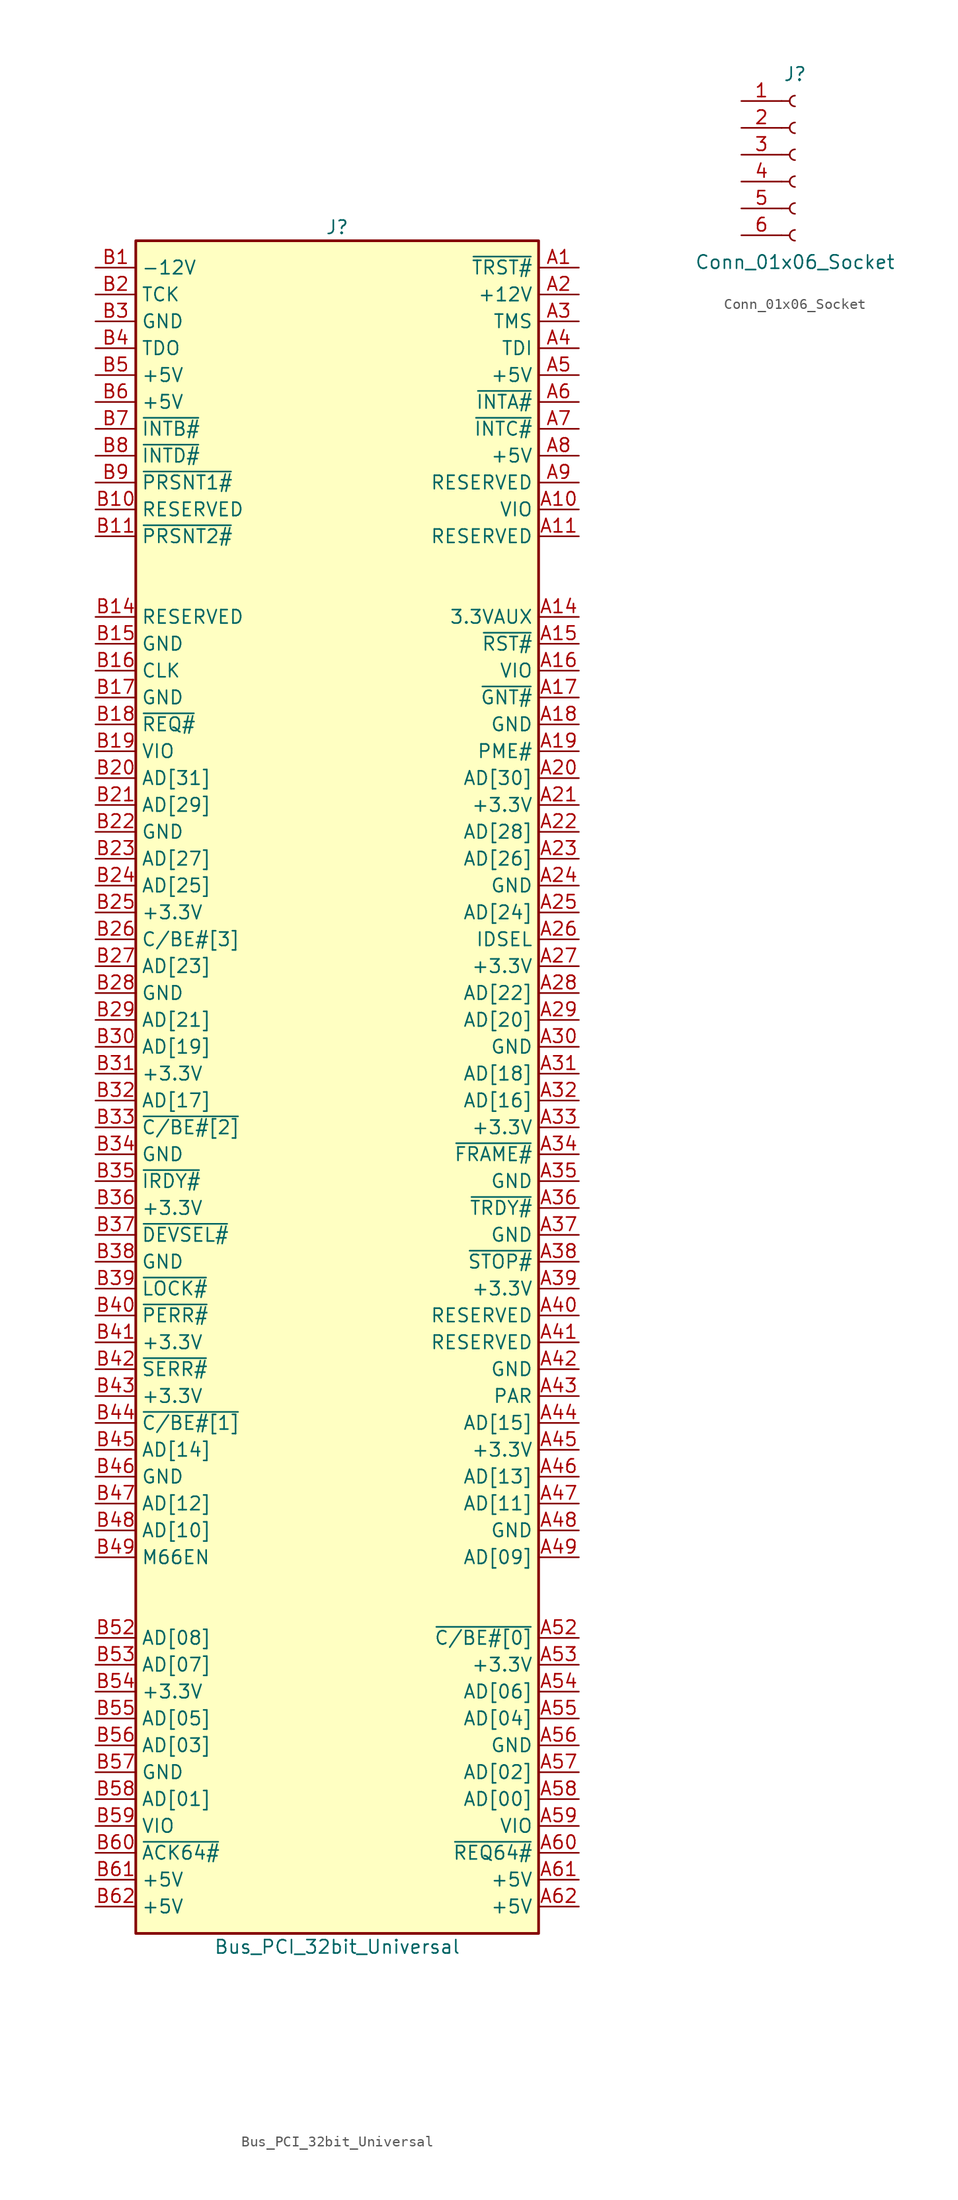
<source format=kicad_sym>
(kicad_symbol_lib
  (version 20220914)
  (generator kicad_symbol_editor)
  (symbol "Bus_PCI_32bit_Universal"
    (property "Reference" "J"
      (at 0 80.01 0)
      (effects (font (size 1.27 1.27))))
    (property "Value" "Bus_PCI_32bit_Universal"
      (at 0 -82.55 0)
      (effects (font (size 1.27 1.27))))
    (symbol "Bus_PCI_32bit_Universal_0_1"
      (rectangle (start -19.05 78.74) (end 19.05 -81.28) (stroke (width 0.254) (type default)) (fill (type background))))
    (symbol "Bus_PCI_32bit_Universal_1_1"
      (pin output line (at 22.86 76.2 180) (length 3.81) (name "~{TRST#}" (effects (font (size 1.27 1.27)))) (number "A1" (effects (font (size 1.27 1.27)))))
      (pin power_in line (at 22.86 53.34 180) (length 3.81) (name "VIO" (effects (font (size 1.27 1.27)))) (number "A10" (effects (font (size 1.27 1.27)))))
      (pin passive line (at 22.86 50.8 180) (length 3.81) (name "RESERVED" (effects (font (size 1.27 1.27)))) (number "A11" (effects (font (size 1.27 1.27)))))
      (pin passive line (at 22.86 43.18 180) (length 3.81) (name "3.3VAUX" (effects (font (size 1.27 1.27)))) (number "A14" (effects (font (size 1.27 1.27)))))
      (pin output line (at 22.86 40.64 180) (length 3.81) (name "~{RST#}" (effects (font (size 1.27 1.27)))) (number "A15" (effects (font (size 1.27 1.27)))))
      (pin power_in line (at 22.86 38.1 180) (length 3.81) (name "VIO" (effects (font (size 1.27 1.27)))) (number "A16" (effects (font (size 1.27 1.27)))))
      (pin bidirectional line (at 22.86 35.56 180) (length 3.81) (name "~{GNT#}" (effects (font (size 1.27 1.27)))) (number "A17" (effects (font (size 1.27 1.27)))))
      (pin power_in line (at 22.86 33.02 180) (length 3.81) (name "GND" (effects (font (size 1.27 1.27)))) (number "A18" (effects (font (size 1.27 1.27)))))
      (pin passive line (at 22.86 30.48 180) (length 3.81) (name "PME#" (effects (font (size 1.27 1.27)))) (number "A19" (effects (font (size 1.27 1.27)))))
      (pin power_in line (at 22.86 73.66 180) (length 3.81) (name "+12V" (effects (font (size 1.27 1.27)))) (number "A2" (effects (font (size 1.27 1.27)))))
      (pin bidirectional line (at 22.86 27.94 180) (length 3.81) (name "AD[30]" (effects (font (size 1.27 1.27)))) (number "A20" (effects (font (size 1.27 1.27)))))
      (pin power_in line (at 22.86 25.4 180) (length 3.81) (name "+3.3V" (effects (font (size 1.27 1.27)))) (number "A21" (effects (font (size 1.27 1.27)))))
      (pin bidirectional line (at 22.86 22.86 180) (length 3.81) (name "AD[28]" (effects (font (size 1.27 1.27)))) (number "A22" (effects (font (size 1.27 1.27)))))
      (pin bidirectional line (at 22.86 20.32 180) (length 3.81) (name "AD[26]" (effects (font (size 1.27 1.27)))) (number "A23" (effects (font (size 1.27 1.27)))))
      (pin power_in line (at 22.86 17.78 180) (length 3.81) (name "GND" (effects (font (size 1.27 1.27)))) (number "A24" (effects (font (size 1.27 1.27)))))
      (pin bidirectional line (at 22.86 15.24 180) (length 3.81) (name "AD[24]" (effects (font (size 1.27 1.27)))) (number "A25" (effects (font (size 1.27 1.27)))))
      (pin output line (at 22.86 12.7 180) (length 3.81) (name "IDSEL" (effects (font (size 1.27 1.27)))) (number "A26" (effects (font (size 1.27 1.27)))))
      (pin power_in line (at 22.86 10.16 180) (length 3.81) (name "+3.3V" (effects (font (size 1.27 1.27)))) (number "A27" (effects (font (size 1.27 1.27)))))
      (pin bidirectional line (at 22.86 7.62 180) (length 3.81) (name "AD[22]" (effects (font (size 1.27 1.27)))) (number "A28" (effects (font (size 1.27 1.27)))))
      (pin bidirectional line (at 22.86 5.08 180) (length 3.81) (name "AD[20]" (effects (font (size 1.27 1.27)))) (number "A29" (effects (font (size 1.27 1.27)))))
      (pin output line (at 22.86 71.12 180) (length 3.81) (name "TMS" (effects (font (size 1.27 1.27)))) (number "A3" (effects (font (size 1.27 1.27)))))
      (pin power_in line (at 22.86 2.54 180) (length 3.81) (name "GND" (effects (font (size 1.27 1.27)))) (number "A30" (effects (font (size 1.27 1.27)))))
      (pin bidirectional line (at 22.86 0 180) (length 3.81) (name "AD[18]" (effects (font (size 1.27 1.27)))) (number "A31" (effects (font (size 1.27 1.27)))))
      (pin bidirectional line (at 22.86 -2.54 180) (length 3.81) (name "AD[16]" (effects (font (size 1.27 1.27)))) (number "A32" (effects (font (size 1.27 1.27)))))
      (pin power_in line (at 22.86 -5.08 180) (length 3.81) (name "+3.3V" (effects (font (size 1.27 1.27)))) (number "A33" (effects (font (size 1.27 1.27)))))
      (pin bidirectional line (at 22.86 -7.62 180) (length 3.81) (name "~{FRAME#}" (effects (font (size 1.27 1.27)))) (number "A34" (effects (font (size 1.27 1.27)))))
      (pin power_in line (at 22.86 -10.16 180) (length 3.81) (name "GND" (effects (font (size 1.27 1.27)))) (number "A35" (effects (font (size 1.27 1.27)))))
      (pin bidirectional line (at 22.86 -12.7 180) (length 3.81) (name "~{TRDY#}" (effects (font (size 1.27 1.27)))) (number "A36" (effects (font (size 1.27 1.27)))))
      (pin power_in line (at 22.86 -15.24 180) (length 3.81) (name "GND" (effects (font (size 1.27 1.27)))) (number "A37" (effects (font (size 1.27 1.27)))))
      (pin bidirectional line (at 22.86 -17.78 180) (length 3.81) (name "~{STOP#}" (effects (font (size 1.27 1.27)))) (number "A38" (effects (font (size 1.27 1.27)))))
      (pin power_in line (at 22.86 -20.32 180) (length 3.81) (name "+3.3V" (effects (font (size 1.27 1.27)))) (number "A39" (effects (font (size 1.27 1.27)))))
      (pin output line (at 22.86 68.58 180) (length 3.81) (name "TDI" (effects (font (size 1.27 1.27)))) (number "A4" (effects (font (size 1.27 1.27)))))
      (pin bidirectional line (at 22.86 -22.86 180) (length 3.81) (name "RESERVED" (effects (font (size 1.27 1.27)))) (number "A40" (effects (font (size 1.27 1.27)))))
      (pin bidirectional line (at 22.86 -25.4 180) (length 3.81) (name "RESERVED" (effects (font (size 1.27 1.27)))) (number "A41" (effects (font (size 1.27 1.27)))))
      (pin power_in line (at 22.86 -27.94 180) (length 3.81) (name "GND" (effects (font (size 1.27 1.27)))) (number "A42" (effects (font (size 1.27 1.27)))))
      (pin bidirectional line (at 22.86 -30.48 180) (length 3.81) (name "PAR" (effects (font (size 1.27 1.27)))) (number "A43" (effects (font (size 1.27 1.27)))))
      (pin bidirectional line (at 22.86 -33.02 180) (length 3.81) (name "AD[15]" (effects (font (size 1.27 1.27)))) (number "A44" (effects (font (size 1.27 1.27)))))
      (pin power_in line (at 22.86 -35.56 180) (length 3.81) (name "+3.3V" (effects (font (size 1.27 1.27)))) (number "A45" (effects (font (size 1.27 1.27)))))
      (pin bidirectional line (at 22.86 -38.1 180) (length 3.81) (name "AD[13]" (effects (font (size 1.27 1.27)))) (number "A46" (effects (font (size 1.27 1.27)))))
      (pin bidirectional line (at 22.86 -40.64 180) (length 3.81) (name "AD[11]" (effects (font (size 1.27 1.27)))) (number "A47" (effects (font (size 1.27 1.27)))))
      (pin power_in line (at 22.86 -43.18 180) (length 3.81) (name "GND" (effects (font (size 1.27 1.27)))) (number "A48" (effects (font (size 1.27 1.27)))))
      (pin bidirectional line (at 22.86 -45.72 180) (length 3.81) (name "AD[09]" (effects (font (size 1.27 1.27)))) (number "A49" (effects (font (size 1.27 1.27)))))
      (pin power_in line (at 22.86 66.04 180) (length 3.81) (name "+5V" (effects (font (size 1.27 1.27)))) (number "A5" (effects (font (size 1.27 1.27)))))
      (pin bidirectional line (at 22.86 -53.34 180) (length 3.81) (name "~{C/BE#[0]}" (effects (font (size 1.27 1.27)))) (number "A52" (effects (font (size 1.27 1.27)))))
      (pin power_in line (at 22.86 -55.88 180) (length 3.81) (name "+3.3V" (effects (font (size 1.27 1.27)))) (number "A53" (effects (font (size 1.27 1.27)))))
      (pin bidirectional line (at 22.86 -58.42 180) (length 3.81) (name "AD[06]" (effects (font (size 1.27 1.27)))) (number "A54" (effects (font (size 1.27 1.27)))))
      (pin bidirectional line (at 22.86 -60.96 180) (length 3.81) (name "AD[04]" (effects (font (size 1.27 1.27)))) (number "A55" (effects (font (size 1.27 1.27)))))
      (pin power_in line (at 22.86 -63.5 180) (length 3.81) (name "GND" (effects (font (size 1.27 1.27)))) (number "A56" (effects (font (size 1.27 1.27)))))
      (pin bidirectional line (at 22.86 -66.04 180) (length 3.81) (name "AD[02]" (effects (font (size 1.27 1.27)))) (number "A57" (effects (font (size 1.27 1.27)))))
      (pin bidirectional line (at 22.86 -68.58 180) (length 3.81) (name "AD[00]" (effects (font (size 1.27 1.27)))) (number "A58" (effects (font (size 1.27 1.27)))))
      (pin power_in line (at 22.86 -71.12 180) (length 3.81) (name "VIO" (effects (font (size 1.27 1.27)))) (number "A59" (effects (font (size 1.27 1.27)))))
      (pin input line (at 22.86 63.5 180) (length 3.81) (name "~{INTA#}" (effects (font (size 1.27 1.27)))) (number "A6" (effects (font (size 1.27 1.27)))))
      (pin bidirectional line (at 22.86 -73.66 180) (length 3.81) (name "~{REQ64#}" (effects (font (size 1.27 1.27)))) (number "A60" (effects (font (size 1.27 1.27)))))
      (pin power_in line (at 22.86 -76.2 180) (length 3.81) (name "+5V" (effects (font (size 1.27 1.27)))) (number "A61" (effects (font (size 1.27 1.27)))))
      (pin power_in line (at 22.86 -78.74 180) (length 3.81) (name "+5V" (effects (font (size 1.27 1.27)))) (number "A62" (effects (font (size 1.27 1.27)))))
      (pin input line (at 22.86 60.96 180) (length 3.81) (name "~{INTC#}" (effects (font (size 1.27 1.27)))) (number "A7" (effects (font (size 1.27 1.27)))))
      (pin power_in line (at 22.86 58.42 180) (length 3.81) (name "+5V" (effects (font (size 1.27 1.27)))) (number "A8" (effects (font (size 1.27 1.27)))))
      (pin passive line (at 22.86 55.88 180) (length 3.81) (name "RESERVED" (effects (font (size 1.27 1.27)))) (number "A9" (effects (font (size 1.27 1.27)))))
      (pin power_in line (at -22.86 76.2 0) (length 3.81) (name "-12V" (effects (font (size 1.27 1.27)))) (number "B1" (effects (font (size 1.27 1.27)))))
      (pin passive line (at -22.86 53.34 0) (length 3.81) (name "RESERVED" (effects (font (size 1.27 1.27)))) (number "B10" (effects (font (size 1.27 1.27)))))
      (pin input line (at -22.86 50.8 0) (length 3.81) (name "~{PRSNT2#}" (effects (font (size 1.27 1.27)))) (number "B11" (effects (font (size 1.27 1.27)))))
      (pin passive line (at -22.86 43.18 0) (length 3.81) (name "RESERVED" (effects (font (size 1.27 1.27)))) (number "B14" (effects (font (size 1.27 1.27)))))
      (pin power_in line (at -22.86 40.64 0) (length 3.81) (name "GND" (effects (font (size 1.27 1.27)))) (number "B15" (effects (font (size 1.27 1.27)))))
      (pin output line (at -22.86 38.1 0) (length 3.81) (name "CLK" (effects (font (size 1.27 1.27)))) (number "B16" (effects (font (size 1.27 1.27)))))
      (pin power_in line (at -22.86 35.56 0) (length 3.81) (name "GND" (effects (font (size 1.27 1.27)))) (number "B17" (effects (font (size 1.27 1.27)))))
      (pin bidirectional line (at -22.86 33.02 0) (length 3.81) (name "~{REQ#}" (effects (font (size 1.27 1.27)))) (number "B18" (effects (font (size 1.27 1.27)))))
      (pin power_in line (at -22.86 30.48 0) (length 3.81) (name "VIO" (effects (font (size 1.27 1.27)))) (number "B19" (effects (font (size 1.27 1.27)))))
      (pin output line (at -22.86 73.66 0) (length 3.81) (name "TCK" (effects (font (size 1.27 1.27)))) (number "B2" (effects (font (size 1.27 1.27)))))
      (pin bidirectional line (at -22.86 27.94 0) (length 3.81) (name "AD[31]" (effects (font (size 1.27 1.27)))) (number "B20" (effects (font (size 1.27 1.27)))))
      (pin bidirectional line (at -22.86 25.4 0) (length 3.81) (name "AD[29]" (effects (font (size 1.27 1.27)))) (number "B21" (effects (font (size 1.27 1.27)))))
      (pin power_in line (at -22.86 22.86 0) (length 3.81) (name "GND" (effects (font (size 1.27 1.27)))) (number "B22" (effects (font (size 1.27 1.27)))))
      (pin bidirectional line (at -22.86 20.32 0) (length 3.81) (name "AD[27]" (effects (font (size 1.27 1.27)))) (number "B23" (effects (font (size 1.27 1.27)))))
      (pin bidirectional line (at -22.86 17.78 0) (length 3.81) (name "AD[25]" (effects (font (size 1.27 1.27)))) (number "B24" (effects (font (size 1.27 1.27)))))
      (pin power_in line (at -22.86 15.24 0) (length 3.81) (name "+3.3V" (effects (font (size 1.27 1.27)))) (number "B25" (effects (font (size 1.27 1.27)))))
      (pin bidirectional line (at -22.86 12.7 0) (length 3.81) (name "C/BE#[3]" (effects (font (size 1.27 1.27)))) (number "B26" (effects (font (size 1.27 1.27)))))
      (pin bidirectional line (at -22.86 10.16 0) (length 3.81) (name "AD[23]" (effects (font (size 1.27 1.27)))) (number "B27" (effects (font (size 1.27 1.27)))))
      (pin power_in line (at -22.86 7.62 0) (length 3.81) (name "GND" (effects (font (size 1.27 1.27)))) (number "B28" (effects (font (size 1.27 1.27)))))
      (pin bidirectional line (at -22.86 5.08 0) (length 3.81) (name "AD[21]" (effects (font (size 1.27 1.27)))) (number "B29" (effects (font (size 1.27 1.27)))))
      (pin power_in line (at -22.86 71.12 0) (length 3.81) (name "GND" (effects (font (size 1.27 1.27)))) (number "B3" (effects (font (size 1.27 1.27)))))
      (pin bidirectional line (at -22.86 2.54 0) (length 3.81) (name "AD[19]" (effects (font (size 1.27 1.27)))) (number "B30" (effects (font (size 1.27 1.27)))))
      (pin power_in line (at -22.86 0 0) (length 3.81) (name "+3.3V" (effects (font (size 1.27 1.27)))) (number "B31" (effects (font (size 1.27 1.27)))))
      (pin bidirectional line (at -22.86 -2.54 0) (length 3.81) (name "AD[17]" (effects (font (size 1.27 1.27)))) (number "B32" (effects (font (size 1.27 1.27)))))
      (pin bidirectional line (at -22.86 -5.08 0) (length 3.81) (name "~{C/BE#[2]}" (effects (font (size 1.27 1.27)))) (number "B33" (effects (font (size 1.27 1.27)))))
      (pin power_in line (at -22.86 -7.62 0) (length 3.81) (name "GND" (effects (font (size 1.27 1.27)))) (number "B34" (effects (font (size 1.27 1.27)))))
      (pin bidirectional line (at -22.86 -10.16 0) (length 3.81) (name "~{IRDY#}" (effects (font (size 1.27 1.27)))) (number "B35" (effects (font (size 1.27 1.27)))))
      (pin power_in line (at -22.86 -12.7 0) (length 3.81) (name "+3.3V" (effects (font (size 1.27 1.27)))) (number "B36" (effects (font (size 1.27 1.27)))))
      (pin bidirectional line (at -22.86 -15.24 0) (length 3.81) (name "~{DEVSEL#}" (effects (font (size 1.27 1.27)))) (number "B37" (effects (font (size 1.27 1.27)))))
      (pin power_in line (at -22.86 -17.78 0) (length 3.81) (name "GND" (effects (font (size 1.27 1.27)))) (number "B38" (effects (font (size 1.27 1.27)))))
      (pin bidirectional line (at -22.86 -20.32 0) (length 3.81) (name "~{LOCK#}" (effects (font (size 1.27 1.27)))) (number "B39" (effects (font (size 1.27 1.27)))))
      (pin input line (at -22.86 68.58 0) (length 3.81) (name "TDO" (effects (font (size 1.27 1.27)))) (number "B4" (effects (font (size 1.27 1.27)))))
      (pin bidirectional line (at -22.86 -22.86 0) (length 3.81) (name "~{PERR#}" (effects (font (size 1.27 1.27)))) (number "B40" (effects (font (size 1.27 1.27)))))
      (pin power_in line (at -22.86 -25.4 0) (length 3.81) (name "+3.3V" (effects (font (size 1.27 1.27)))) (number "B41" (effects (font (size 1.27 1.27)))))
      (pin input line (at -22.86 -27.94 0) (length 3.81) (name "~{SERR#}" (effects (font (size 1.27 1.27)))) (number "B42" (effects (font (size 1.27 1.27)))))
      (pin power_in line (at -22.86 -30.48 0) (length 3.81) (name "+3.3V" (effects (font (size 1.27 1.27)))) (number "B43" (effects (font (size 1.27 1.27)))))
      (pin bidirectional line (at -22.86 -33.02 0) (length 3.81) (name "~{C/BE#[1]}" (effects (font (size 1.27 1.27)))) (number "B44" (effects (font (size 1.27 1.27)))))
      (pin bidirectional line (at -22.86 -35.56 0) (length 3.81) (name "AD[14]" (effects (font (size 1.27 1.27)))) (number "B45" (effects (font (size 1.27 1.27)))))
      (pin power_in line (at -22.86 -38.1 0) (length 3.81) (name "GND" (effects (font (size 1.27 1.27)))) (number "B46" (effects (font (size 1.27 1.27)))))
      (pin bidirectional line (at -22.86 -40.64 0) (length 3.81) (name "AD[12]" (effects (font (size 1.27 1.27)))) (number "B47" (effects (font (size 1.27 1.27)))))
      (pin bidirectional line (at -22.86 -43.18 0) (length 3.81) (name "AD[10]" (effects (font (size 1.27 1.27)))) (number "B48" (effects (font (size 1.27 1.27)))))
      (pin power_in line (at -22.86 -45.72 0) (length 3.81) (name "M66EN" (effects (font (size 1.27 1.27)))) (number "B49" (effects (font (size 1.27 1.27)))))
      (pin power_in line (at -22.86 66.04 0) (length 3.81) (name "+5V" (effects (font (size 1.27 1.27)))) (number "B5" (effects (font (size 1.27 1.27)))))
      (pin bidirectional line (at -22.86 -53.34 0) (length 3.81) (name "AD[08]" (effects (font (size 1.27 1.27)))) (number "B52" (effects (font (size 1.27 1.27)))))
      (pin bidirectional line (at -22.86 -55.88 0) (length 3.81) (name "AD[07]" (effects (font (size 1.27 1.27)))) (number "B53" (effects (font (size 1.27 1.27)))))
      (pin input line (at -22.86 -58.42 0) (length 3.81) (name "+3.3V" (effects (font (size 1.27 1.27)))) (number "B54" (effects (font (size 1.27 1.27)))))
      (pin bidirectional line (at -22.86 -60.96 0) (length 3.81) (name "AD[05]" (effects (font (size 1.27 1.27)))) (number "B55" (effects (font (size 1.27 1.27)))))
      (pin bidirectional line (at -22.86 -63.5 0) (length 3.81) (name "AD[03]" (effects (font (size 1.27 1.27)))) (number "B56" (effects (font (size 1.27 1.27)))))
      (pin power_in line (at -22.86 -66.04 0) (length 3.81) (name "GND" (effects (font (size 1.27 1.27)))) (number "B57" (effects (font (size 1.27 1.27)))))
      (pin bidirectional line (at -22.86 -68.58 0) (length 3.81) (name "AD[01]" (effects (font (size 1.27 1.27)))) (number "B58" (effects (font (size 1.27 1.27)))))
      (pin power_in line (at -22.86 -71.12 0) (length 3.81) (name "VIO" (effects (font (size 1.27 1.27)))) (number "B59" (effects (font (size 1.27 1.27)))))
      (pin power_in line (at -22.86 63.5 0) (length 3.81) (name "+5V" (effects (font (size 1.27 1.27)))) (number "B6" (effects (font (size 1.27 1.27)))))
      (pin bidirectional line (at -22.86 -73.66 0) (length 3.81) (name "~{ACK64#}" (effects (font (size 1.27 1.27)))) (number "B60" (effects (font (size 1.27 1.27)))))
      (pin power_in line (at -22.86 -76.2 0) (length 3.81) (name "+5V" (effects (font (size 1.27 1.27)))) (number "B61" (effects (font (size 1.27 1.27)))))
      (pin power_in line (at -22.86 -78.74 0) (length 3.81) (name "+5V" (effects (font (size 1.27 1.27)))) (number "B62" (effects (font (size 1.27 1.27)))))
      (pin input line (at -22.86 60.96 0) (length 3.81) (name "~{INTB#}" (effects (font (size 1.27 1.27)))) (number "B7" (effects (font (size 1.27 1.27)))))
      (pin input line (at -22.86 58.42 0) (length 3.81) (name "~{INTD#}" (effects (font (size 1.27 1.27)))) (number "B8" (effects (font (size 1.27 1.27)))))
      (pin input line (at -22.86 55.88 0) (length 3.81) (name "~{PRSNT1#}" (effects (font (size 1.27 1.27)))) (number "B9" (effects (font (size 1.27 1.27)))))))
  (symbol "Conn_01x06_Socket"
    (pin_names
      (offset 1.016) hide)
    (property "Reference" "J"
      (at 0 7.62 0)
      (effects (font (size 1.27 1.27))))
    (property "Value" "Conn_01x06_Socket"
      (at 0 -10.16 0)
      (effects (font (size 1.27 1.27))))
    (property "ki_locked" ""
      (at 0 0 0)
      (effects (font (size 1.27 1.27))))
    (symbol "Conn_01x06_Socket_1_1"
      (arc (start 0 -7.112) (mid -0.5058 -7.62) (end 0 -8.128) (stroke (width 0.1524) (type default)) (fill (type none)))
      (arc (start 0 -4.572) (mid -0.5058 -5.08) (end 0 -5.588) (stroke (width 0.1524) (type default)) (fill (type none)))
      (arc (start 0 -2.032) (mid -0.5058 -2.54) (end 0 -3.048) (stroke (width 0.1524) (type default)) (fill (type none)))
      (polyline (pts (xy -1.27 -7.62) (xy -0.508 -7.62)) (stroke (width 0.152) (type default)) (fill (type none)))
      (polyline (pts (xy -1.27 -5.08) (xy -0.508 -5.08)) (stroke (width 0.152) (type default)) (fill (type none)))
      (polyline (pts (xy -1.27 -2.54) (xy -0.508 -2.54)) (stroke (width 0.152) (type default)) (fill (type none)))
      (polyline (pts (xy -1.27 0) (xy -0.508 0)) (stroke (width 0.152) (type default)) (fill (type none)))
      (polyline (pts (xy -1.27 2.54) (xy -0.508 2.54)) (stroke (width 0.152) (type default)) (fill (type none)))
      (polyline (pts (xy -1.27 5.08) (xy -0.508 5.08)) (stroke (width 0.152) (type default)) (fill (type none)))
      (arc (start 0 0.508) (mid -0.5058 0) (end 0 -0.508) (stroke (width 0.1524) (type default)) (fill (type none)))
      (arc (start 0 3.048) (mid -0.5058 2.54) (end 0 2.032) (stroke (width 0.1524) (type default)) (fill (type none)))
      (arc (start 0 5.588) (mid -0.5058 5.08) (end 0 4.572) (stroke (width 0.1524) (type default)) (fill (type none)))
      (pin passive line (at -5.08 5.08 0) (length 3.81) (name "Pin_1" (effects (font (size 1.27 1.27)))) (number "1" (effects (font (size 1.27 1.27)))))
      (pin passive line (at -5.08 2.54 0) (length 3.81) (name "Pin_2" (effects (font (size 1.27 1.27)))) (number "2" (effects (font (size 1.27 1.27)))))
      (pin passive line (at -5.08 0 0) (length 3.81) (name "Pin_3" (effects (font (size 1.27 1.27)))) (number "3" (effects (font (size 1.27 1.27)))))
      (pin passive line (at -5.08 -2.54 0) (length 3.81) (name "Pin_4" (effects (font (size 1.27 1.27)))) (number "4" (effects (font (size 1.27 1.27)))))
      (pin passive line (at -5.08 -5.08 0) (length 3.81) (name "Pin_5" (effects (font (size 1.27 1.27)))) (number "5" (effects (font (size 1.27 1.27)))))
      (pin passive line (at -5.08 -7.62 0) (length 3.81) (name "Pin_6" (effects (font (size 1.27 1.27)))) (number "6" (effects (font (size 1.27 1.27))))))))
</source>
